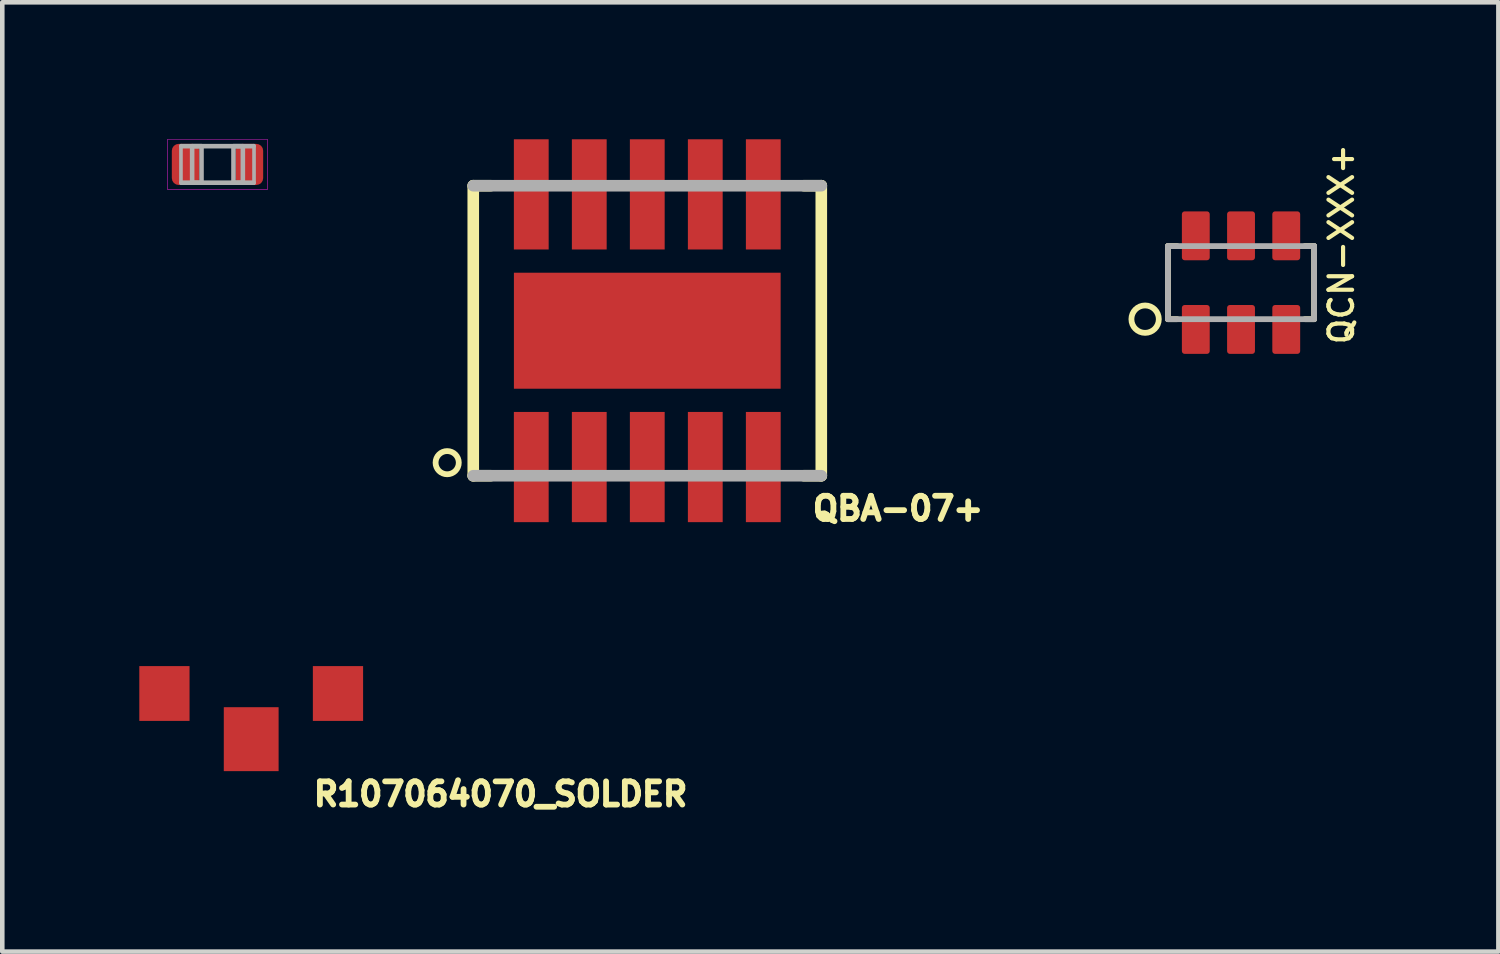
<source format=kicad_pcb>
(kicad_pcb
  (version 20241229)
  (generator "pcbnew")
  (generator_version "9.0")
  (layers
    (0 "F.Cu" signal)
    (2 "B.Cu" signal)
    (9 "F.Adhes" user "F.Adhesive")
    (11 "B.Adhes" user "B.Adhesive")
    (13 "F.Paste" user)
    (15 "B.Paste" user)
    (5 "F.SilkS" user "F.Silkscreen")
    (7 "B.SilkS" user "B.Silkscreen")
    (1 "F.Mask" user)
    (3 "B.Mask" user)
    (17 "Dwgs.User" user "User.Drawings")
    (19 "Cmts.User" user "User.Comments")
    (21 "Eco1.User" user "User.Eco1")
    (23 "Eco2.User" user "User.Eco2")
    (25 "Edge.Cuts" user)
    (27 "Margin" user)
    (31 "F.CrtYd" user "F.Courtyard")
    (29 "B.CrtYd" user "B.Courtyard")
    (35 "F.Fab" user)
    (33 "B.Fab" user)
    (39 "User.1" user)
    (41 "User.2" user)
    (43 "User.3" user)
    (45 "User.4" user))
  (footprint "QCN-XXX+"
    (layer "F.Cu")
    (at 24.122 3.138)
    (property "Reference" "QCN-XXX+" (at 2.5 1.4 90) (layer "F.SilkS") (effects (font (size 0.518 0.518) (thickness 0.091)) (justify left bottom)))
    (fp_line (start -1.6 -0.8) (end -1.6 0.8) (stroke (width 0.127) (type solid)) (layer "F.SilkS"))
    (fp_line (start -1.6 0.8) (end -1.4 0.8) (stroke (width 0.127) (type solid)) (layer "F.SilkS"))
    (fp_line (start -1.4 -0.8) (end -1.6 -0.8) (stroke (width 0.127) (type solid)) (layer "F.SilkS"))
    (fp_line (start 1.4 -0.8) (end 1.6 -0.8) (stroke (width 0.127) (type solid)) (layer "F.SilkS"))
    (fp_line (start 1.6 -0.8) (end 1.6 0.8) (stroke (width 0.127) (type solid)) (layer "F.SilkS"))
    (fp_line (start 1.6 0.8) (end 1.4 0.8) (stroke (width 0.127) (type solid)) (layer "F.SilkS"))
    (fp_circle (center -2.1 0.8) (end -1.8 0.8) (stroke (width 0.127) (type solid)) (fill no) (layer "F.SilkS"))
    (fp_poly (pts (xy -1.25 -0.55) (xy -0.75 -0.55) (xy -0.75 -1.5) (xy -1.25 -1.5)) (stroke (width 0) (type solid)) (fill yes) (layer "F.Paste"))
    (fp_poly (pts (xy -0.75 0.55) (xy -1.25 0.55) (xy -1.25 1.5) (xy -0.75 1.5)) (stroke (width 0) (type solid)) (fill yes) (layer "F.Paste"))
    (fp_poly (pts (xy -0.25 -0.55) (xy 0.25 -0.55) (xy 0.25 -1.5) (xy -0.25 -1.5)) (stroke (width 0) (type solid)) (fill yes) (layer "F.Paste"))
    (fp_poly (pts (xy 0.25 0.55) (xy -0.25 0.55) (xy -0.25 1.5) (xy 0.25 1.5)) (stroke (width 0) (type solid)) (fill yes) (layer "F.Paste"))
    (fp_poly (pts (xy 0.75 -0.55) (xy 1.25 -0.55) (xy 1.25 -1.5) (xy 0.75 -1.5)) (stroke (width 0) (type solid)) (fill yes) (layer "F.Paste"))
    (fp_poly (pts (xy 1.25 0.55) (xy 0.75 0.55) (xy 0.75 1.5) (xy 1.25 1.5)) (stroke (width 0) (type solid)) (fill yes) (layer "F.Paste"))
    (fp_line (start -1.6 -0.8) (end -1.6 0.8) (stroke (width 0.127) (type solid)) (layer "F.Fab"))
    (fp_line (start -1.6 0.8) (end 1.6 0.8) (stroke (width 0.127) (type solid)) (layer "F.Fab"))
    (fp_line (start 1.6 -0.8) (end -1.6 -0.8) (stroke (width 0.127) (type solid)) (layer "F.Fab"))
    (fp_line (start 1.6 0.8) (end 1.6 -0.8) (stroke (width 0.127) (type solid)) (layer "F.Fab"))
    (pad "1" smd roundrect (at -0.99 1.025) (size 0.61 1.07) (layers "F.Cu" "F.Mask") (roundrect_rratio 0.1))
    (pad "2" smd roundrect (at 0 1.025) (size 0.61 1.07) (layers "F.Cu" "F.Mask") (roundrect_rratio 0.1))
    (pad "3" smd roundrect (at 0.99 1.025) (size 0.61 1.07) (layers "F.Cu" "F.Mask") (roundrect_rratio 0.1))
    (pad "4" smd roundrect (at 0.99 -1.025 180) (size 0.61 1.07) (layers "F.Cu" "F.Mask") (roundrect_rratio 0.1))
    (pad "5" smd roundrect (at 0 -1.025 180) (size 0.61 1.07) (layers "F.Cu" "F.Mask") (roundrect_rratio 0.1))
    (pad "6" smd roundrect (at -0.99 -1.025 180) (size 0.61 1.07) (layers "F.Cu" "F.Mask") (roundrect_rratio 0.1)))
  (footprint ".0603-C-NOSILK"
    (layer "F.Cu")
    (at 1.712 0.55)
    (property "Reference" ".0603-C-NOSILK" (at 0 0 0) (layer "F.Mask") (effects (font (size 0.255 0.255) (thickness 0.045))))
    (fp_line (start -0.845 -0.295) (end -0.845 0.295) (stroke (width 0.43) (type solid)) (layer "F.Mask"))
    (fp_line (start -0.8 0.41) (end -0.8 -0.41) (stroke (width 0.08) (type solid)) (layer "F.Mask"))
    (fp_line (start -0.79 -0.4) (end 0.79 -0.4) (stroke (width 0.1) (type solid)) (layer "F.Mask"))
    (fp_line (start -0.555 -0.295) (end -0.845 -0.295) (stroke (width 0.43) (type solid)) (layer "F.Mask"))
    (fp_line (start -0.555 -0.295) (end -0.555 0.295) (stroke (width 0.43) (type solid)) (layer "F.Mask"))
    (fp_line (start -0.555 0.295) (end -0.845 0.295) (stroke (width 0.43) (type solid)) (layer "F.Mask"))
    (fp_line (start 0.555 -0.295) (end 0.555 0.295) (stroke (width 0.43) (type solid)) (layer "F.Mask"))
    (fp_line (start 0.79 0.4) (end -0.79 0.4) (stroke (width 0.1) (type solid)) (layer "F.Mask"))
    (fp_line (start 0.8 -0.41) (end 0.8 0.41) (stroke (width 0.08) (type solid)) (layer "F.Mask"))
    (fp_line (start 0.845 -0.295) (end 0.555 -0.295) (stroke (width 0.43) (type solid)) (layer "F.Mask"))
    (fp_line (start 0.845 -0.295) (end 0.845 0.295) (stroke (width 0.43) (type solid)) (layer "F.Mask"))
    (fp_line (start 0.845 0.295) (end 0.555 0.295) (stroke (width 0.43) (type solid)) (layer "F.Mask"))
    (fp_line (start -1.095 -0.545) (end -1.095 0.545) (stroke (width 0.01) (type solid)) (layer "F.CrtYd"))
    (fp_line (start -1.095 0.545) (end 1.095 0.545) (stroke (width 0.01) (type solid)) (layer "F.CrtYd"))
    (fp_line (start 1.095 -0.545) (end -1.095 -0.545) (stroke (width 0.01) (type solid)) (layer "F.CrtYd"))
    (fp_line (start 1.095 0.545) (end 1.095 -0.545) (stroke (width 0.01) (type solid)) (layer "F.CrtYd"))
    (fp_line (start -0.8 0.41) (end -0.8 -0.41) (stroke (width 0.08) (type solid)) (layer "F.Fab"))
    (fp_line (start -0.79 -0.4) (end 0.79 -0.4) (stroke (width 0.1) (type solid)) (layer "F.Fab"))
    (fp_line (start 0.79 0.4) (end -0.79 0.4) (stroke (width 0.1) (type solid)) (layer "F.Fab"))
    (fp_line (start 0.8 -0.41) (end 0.8 0.41) (stroke (width 0.08) (type solid)) (layer "F.Fab"))
    (fp_poly (pts (xy -0.555 0.4) (xy -0.35 0.4) (xy -0.35 -0.4) (xy -0.555 -0.4)) (stroke (width 0.1) (type solid)) (fill no) (layer "F.Fab"))
    (fp_poly (pts (xy 0.35 0.4) (xy 0.555 0.4) (xy 0.555 -0.4) (xy 0.35 -0.4)) (stroke (width 0.1) (type solid)) (fill no) (layer "F.Fab"))
    (pad "1" smd roundrect (at -0.7 0) (size 0.6 0.9) (layers "F.Cu" "F.Paste") (roundrect_rratio 0.25))
    (pad "2" smd roundrect (at 0.7 0) (size 0.6 0.9) (layers "F.Cu" "F.Paste") (roundrect_rratio 0.25)))
  (footprint "QBA-07+"
    (layer "F.Cu")
    (at 11.122 4.191)
    (property "Reference" "QBA-07+" (at 3.556 4.191 0) (layer "F.SilkS") (effects (font (size 0.508 0.508) (thickness 0.127)) (justify left bottom)))
    (fp_line (start -3.81 -3.175) (end -3.81 3.175) (stroke (width 0.254) (type solid)) (layer "F.SilkS"))
    (fp_line (start -3.81 3.175) (end -3.429 3.175) (stroke (width 0.254) (type solid)) (layer "F.SilkS"))
    (fp_line (start -3.429 -3.175) (end -3.81 -3.175) (stroke (width 0.254) (type solid)) (layer "F.SilkS"))
    (fp_line (start 3.429 -3.175) (end 3.81 -3.175) (stroke (width 0.254) (type solid)) (layer "F.SilkS"))
    (fp_line (start 3.81 -3.175) (end 3.81 3.175) (stroke (width 0.254) (type solid)) (layer "F.SilkS"))
    (fp_line (start 3.81 3.175) (end 3.429 3.175) (stroke (width 0.254) (type solid)) (layer "F.SilkS"))
    (fp_circle (center -4.381 2.889) (end -4.127 2.889) (stroke (width 0.127) (type solid)) (fill no) (layer "F.SilkS"))
    (fp_line (start -3.81 -3.175) (end 3.81 -3.175) (stroke (width 0.254) (type solid)) (layer "F.Fab"))
    (fp_line (start 3.81 3.175) (end -3.81 3.175) (stroke (width 0.254) (type solid)) (layer "F.Fab"))
    (pad "1" smd rect (at -2.54 2.985) (size 0.762 2.413) (layers "F.Cu" "F.Mask" "F.Paste"))
    (pad "2" smd rect (at -1.27 2.985) (size 0.762 2.413) (layers "F.Cu" "F.Mask" "F.Paste"))
    (pad "3" smd rect (at 0 2.985) (size 0.762 2.413) (layers "F.Cu" "F.Mask" "F.Paste"))
    (pad "4" smd rect (at 1.27 2.985) (size 0.762 2.413) (layers "F.Cu" "F.Mask" "F.Paste"))
    (pad "5" smd rect (at 2.54 2.985) (size 0.762 2.413) (layers "F.Cu" "F.Mask" "F.Paste"))
    (pad "6" smd rect (at 2.54 -2.985) (size 0.762 2.413) (layers "F.Cu" "F.Mask" "F.Paste"))
    (pad "7" smd rect (at 1.27 -2.985) (size 0.762 2.413) (layers "F.Cu" "F.Mask" "F.Paste"))
    (pad "8" smd rect (at 0 -2.985) (size 0.762 2.413) (layers "F.Cu" "F.Mask" "F.Paste"))
    (pad "9" smd rect (at -1.27 -2.985) (size 0.762 2.413) (layers "F.Cu" "F.Mask" "F.Paste"))
    (pad "10" smd rect (at -2.54 -2.985) (size 0.762 2.413) (layers "F.Cu" "F.Mask" "F.Paste"))
    (pad "GND-NO-PAD" smd rect (at 0 0) (size 5.84 2.54) (layers "F.Cu")))
  (footprint "R107064070_SOLDER"
    (layer "F.Cu")
    (at 2.45 12.134)
    (property "Reference" "R107064070_SOLDER" (at 1.3 2.5 0) (layer "F.SilkS") (effects (font (size 0.508 0.508) (thickness 0.127)) (justify left bottom)))
    (pad "P$1" smd rect (at 0 1) (size 1.2 1.4) (layers "F.Cu" "F.Mask" "F.Paste"))
    (pad "P$2" smd rect (at -1.9 0 90) (size 1.2 1.1) (layers "F.Cu" "F.Mask" "F.Paste"))
    (pad "P$3" smd rect (at 1.9 0 90) (size 1.2 1.1) (layers "F.Cu" "F.Mask" "F.Paste"))
    (zone (net_name "") (layer "F.Cu") (hatch edge 0.508) (connect_pads) (min_thickness 0.254) (filled_areas_thickness no) (keepout (tracks not_allowed) (vias not_allowed) (pads not_allowed) (copperpour not_allowed) (footprints allowed)) (placement (enabled no)) (fill) (polygon (pts (xy 1.1 12.434) (xy 3.8 12.434) (xy 3.8 11.534) (xy 1.1 11.534))))
    (zone (net_name "") (layer "F.Cu") (hatch edge 0.508) (connect_pads) (min_thickness 0.254) (filled_areas_thickness no) (keepout (tracks not_allowed) (vias not_allowed) (pads not_allowed) (copperpour not_allowed) (footprints allowed)) (placement (enabled no)) (fill) (polygon (pts (xy 1.1 13.384) (xy 1.85 13.384) (xy 1.85 12.434) (xy 1.1 12.434))))
    (zone (net_name "") (layer "F.Cu") (hatch edge 0.508) (connect_pads) (min_thickness 0.254) (filled_areas_thickness no) (keepout (tracks not_allowed) (vias not_allowed) (pads not_allowed) (copperpour not_allowed) (footprints allowed)) (placement (enabled no)) (fill) (polygon (pts (xy 1.65 14.234) (xy 1.85 14.234) (xy 1.85 13.384) (xy 1.65 13.384))))
    (zone (net_name "") (layer "F.Cu") (hatch edge 0.508) (connect_pads) (min_thickness 0.254) (filled_areas_thickness no) (keepout (tracks not_allowed) (vias not_allowed) (pads not_allowed) (copperpour not_allowed) (footprints allowed)) (placement (enabled no)) (fill) (polygon (pts (xy 3.05 13.384) (xy 3.8 13.384) (xy 3.8 12.434) (xy 3.05 12.434))))
    (zone (net_name "") (layer "F.Cu") (hatch edge 0.508) (connect_pads) (min_thickness 0.254) (filled_areas_thickness no) (keepout (tracks not_allowed) (vias not_allowed) (pads not_allowed) (copperpour not_allowed) (footprints allowed)) (placement (enabled no)) (fill) (polygon (pts (xy 3.05 14.234) (xy 3.25 14.234) (xy 3.25 13.384) (xy 3.05 13.384)))))
  (gr_rect
    (start -3 -3)
    (end 29.757 17.785)
    (stroke (width 0.1) (type default))
    (fill no)
    (layer "Edge.Cuts")))
</source>
